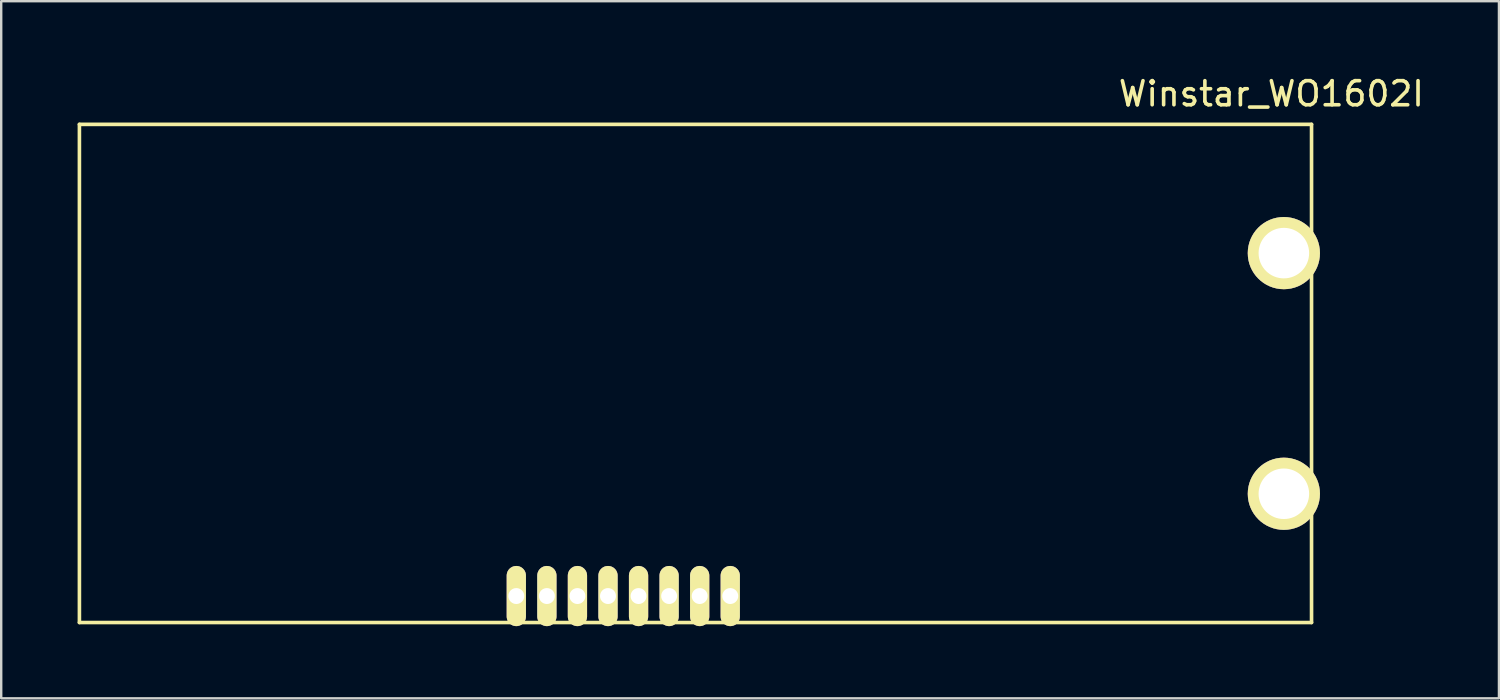
<source format=kicad_pcb>
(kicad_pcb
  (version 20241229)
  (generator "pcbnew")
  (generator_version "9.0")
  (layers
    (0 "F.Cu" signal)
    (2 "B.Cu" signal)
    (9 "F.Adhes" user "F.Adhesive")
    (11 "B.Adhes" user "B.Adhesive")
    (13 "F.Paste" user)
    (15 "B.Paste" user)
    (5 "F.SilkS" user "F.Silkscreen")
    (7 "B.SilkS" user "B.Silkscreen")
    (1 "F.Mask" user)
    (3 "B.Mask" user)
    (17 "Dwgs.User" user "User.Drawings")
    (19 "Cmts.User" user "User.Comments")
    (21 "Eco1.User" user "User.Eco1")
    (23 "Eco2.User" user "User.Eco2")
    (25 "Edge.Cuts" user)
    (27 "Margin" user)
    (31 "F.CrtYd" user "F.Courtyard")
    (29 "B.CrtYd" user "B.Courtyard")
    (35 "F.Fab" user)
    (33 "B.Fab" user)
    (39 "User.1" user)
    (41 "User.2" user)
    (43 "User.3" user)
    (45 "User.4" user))
  (footprint "Winstar_WO1602I"
    (layer "F.Cu")
    (at 0.25 2.118)
    (property "Reference" "Winstar_WO1602I" (at 49.53 -1.27 0) (layer "F.SilkS") (effects (font (size 1 1) (thickness 0.15))))
    (attr through_hole)
    (fp_line (start 0 0) (end 51.2 0) (stroke (width 0.15) (type solid)) (layer "F.SilkS"))
    (fp_line (start 0 20.7) (end 0 0) (stroke (width 0.15) (type solid)) (layer "F.SilkS"))
    (fp_line (start 51.2 0) (end 51.2 20.7) (stroke (width 0.15) (type solid)) (layer "F.SilkS"))
    (fp_line (start 51.2 20.7) (end 0 20.7) (stroke (width 0.15) (type solid)) (layer "F.SilkS"))
    (pad "1" thru_hole oval (at 18.155 19.6) (size 0.8 2.5) (drill 0.662) (layers "*.Cu" "*.Mask" "F.SilkS"))
    (pad "2" thru_hole oval (at 19.425 19.6) (size 0.8 2.5) (drill 0.662) (layers "*.Cu" "*.Mask" "F.SilkS"))
    (pad "3" thru_hole oval (at 20.695 19.6) (size 0.8 2.5) (drill 0.662) (layers "*.Cu" "*.Mask" "F.SilkS"))
    (pad "4" thru_hole oval (at 21.965 19.6) (size 0.8 2.5) (drill 0.662) (layers "*.Cu" "*.Mask" "F.SilkS"))
    (pad "5" thru_hole oval (at 23.235 19.6) (size 0.8 2.5) (drill 0.662) (layers "*.Cu" "*.Mask" "F.SilkS"))
    (pad "6" thru_hole oval (at 24.505 19.6) (size 0.8 2.5) (drill 0.662) (layers "*.Cu" "*.Mask" "F.SilkS"))
    (pad "7" thru_hole oval (at 25.775 19.6) (size 0.8 2.5) (drill 0.662) (layers "*.Cu" "*.Mask" "F.SilkS"))
    (pad "8" thru_hole oval (at 27.045 19.6) (size 0.8 2.5) (drill 0.662) (layers "*.Cu" "*.Mask" "F.SilkS"))
    (pad "9" thru_hole circle (at 50.05 15.35) (size 3 3) (drill 2.1) (layers "*.Cu" "*.Mask" "F.SilkS"))
    (pad "10" thru_hole circle (at 50.05 5.35) (size 3 3) (drill 2.1) (layers "*.Cu" "*.Mask" "F.SilkS")))
  (gr_rect
    (start -3 -3)
    (end 59.238 25.968)
    (stroke (width 0.1) (type default))
    (fill no)
    (layer "Edge.Cuts")))
</source>
